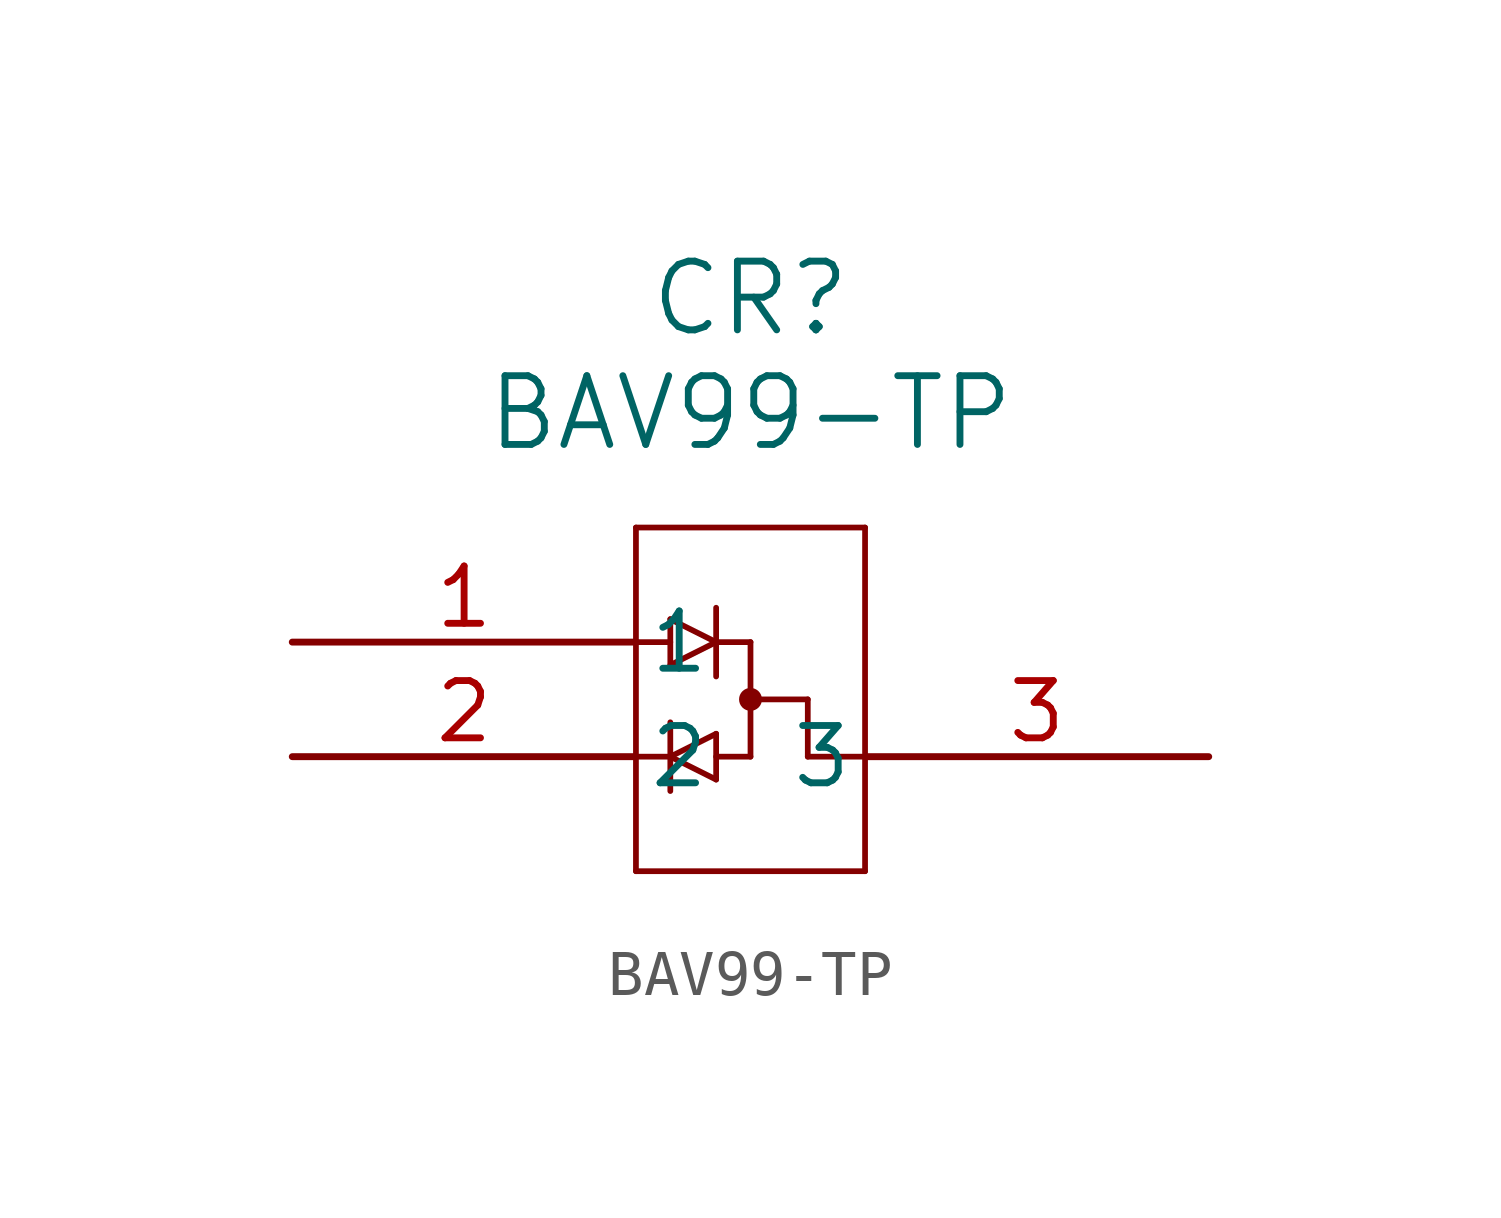
<source format=kicad_sym>
(kicad_symbol_lib
  (version 20220914)
  (generator kicad_symbol_editor)
  (symbol "BAV99-TP"
    (pin_names
      (offset 0.254))
    (property "Reference" "CR"
      (at 10.16 7.62 0)
      (effects (font (size 1.524 1.524))))
    (property "Value" "BAV99-TP"
      (at 10.16 5.08 0)
      (effects (font (size 1.524 1.524))))
    (symbol "BAV99-TP_0_1"
      (polyline (pts (xy 7.62 -5.08) (xy 12.7 -5.08)) (stroke (width 0.127) (type default)) (fill (type none)))
      (polyline (pts (xy 7.62 -2.54) (xy 8.382 -2.54)) (stroke (width 0.127) (type default)) (fill (type none)))
      (polyline (pts (xy 7.62 0) (xy 8.382 0)) (stroke (width 0.127) (type default)) (fill (type none)))
      (polyline (pts (xy 7.62 2.54) (xy 7.62 -5.08)) (stroke (width 0.127) (type default)) (fill (type none)))
      (polyline (pts (xy 8.382 -3.302) (xy 8.382 -1.778)) (stroke (width 0.127) (type default)) (fill (type none)))
      (polyline (pts (xy 8.382 -2.54) (xy 9.398 -2.032)) (stroke (width 0.127) (type default)) (fill (type none)))
      (polyline (pts (xy 8.382 -0.508) (xy 8.382 0.508)) (stroke (width 0.127) (type default)) (fill (type none)))
      (polyline (pts (xy 8.382 0.508) (xy 9.398 0)) (stroke (width 0.127) (type default)) (fill (type none)))
      (polyline (pts (xy 9.398 -3.048) (xy 8.382 -2.54)) (stroke (width 0.127) (type default)) (fill (type none)))
      (polyline (pts (xy 9.398 -2.032) (xy 9.398 -3.048)) (stroke (width 0.127) (type default)) (fill (type none)))
      (polyline (pts (xy 9.398 0) (xy 8.382 -0.508)) (stroke (width 0.127) (type default)) (fill (type none)))
      (polyline (pts (xy 9.398 0.762) (xy 9.398 -0.762)) (stroke (width 0.127) (type default)) (fill (type none)))
      (polyline (pts (xy 10.16 -2.54) (xy 9.398 -2.54)) (stroke (width 0.127) (type default)) (fill (type none)))
      (polyline (pts (xy 10.16 0) (xy 9.398 0)) (stroke (width 0.127) (type default)) (fill (type none)))
      (polyline (pts (xy 10.16 0) (xy 10.16 -2.54)) (stroke (width 0.127) (type default)) (fill (type none)))
      (polyline (pts (xy 11.43 -1.27) (xy 10.16 -1.27)) (stroke (width 0.127) (type default)) (fill (type none)))
      (polyline (pts (xy 11.43 -1.27) (xy 11.43 -2.54)) (stroke (width 0.127) (type default)) (fill (type none)))
      (polyline (pts (xy 12.7 -5.08) (xy 12.7 2.54)) (stroke (width 0.127) (type default)) (fill (type none)))
      (polyline (pts (xy 12.7 -2.54) (xy 11.43 -2.54)) (stroke (width 0.127) (type default)) (fill (type none)))
      (polyline (pts (xy 12.7 2.54) (xy 7.62 2.54)) (stroke (width 0.127) (type default)) (fill (type none)))
      (circle (center 10.16 -1.27) (radius 0.127) (stroke (width 0.254) (type default)) (fill (type none)))
      (pin unspecified line (at 0 0 0) (length 7.62) (name "1" (effects (font (size 1.27 1.27)))) (number "1" (effects (font (size 1.27 1.27)))))
      (pin unspecified line (at 0 -2.54 0) (length 7.62) (name "2" (effects (font (size 1.27 1.27)))) (number "2" (effects (font (size 1.27 1.27)))))
      (pin unspecified line (at 20.32 -2.54 180) (length 7.62) (name "3" (effects (font (size 1.27 1.27)))) (number "3" (effects (font (size 1.27 1.27))))))))
</source>
